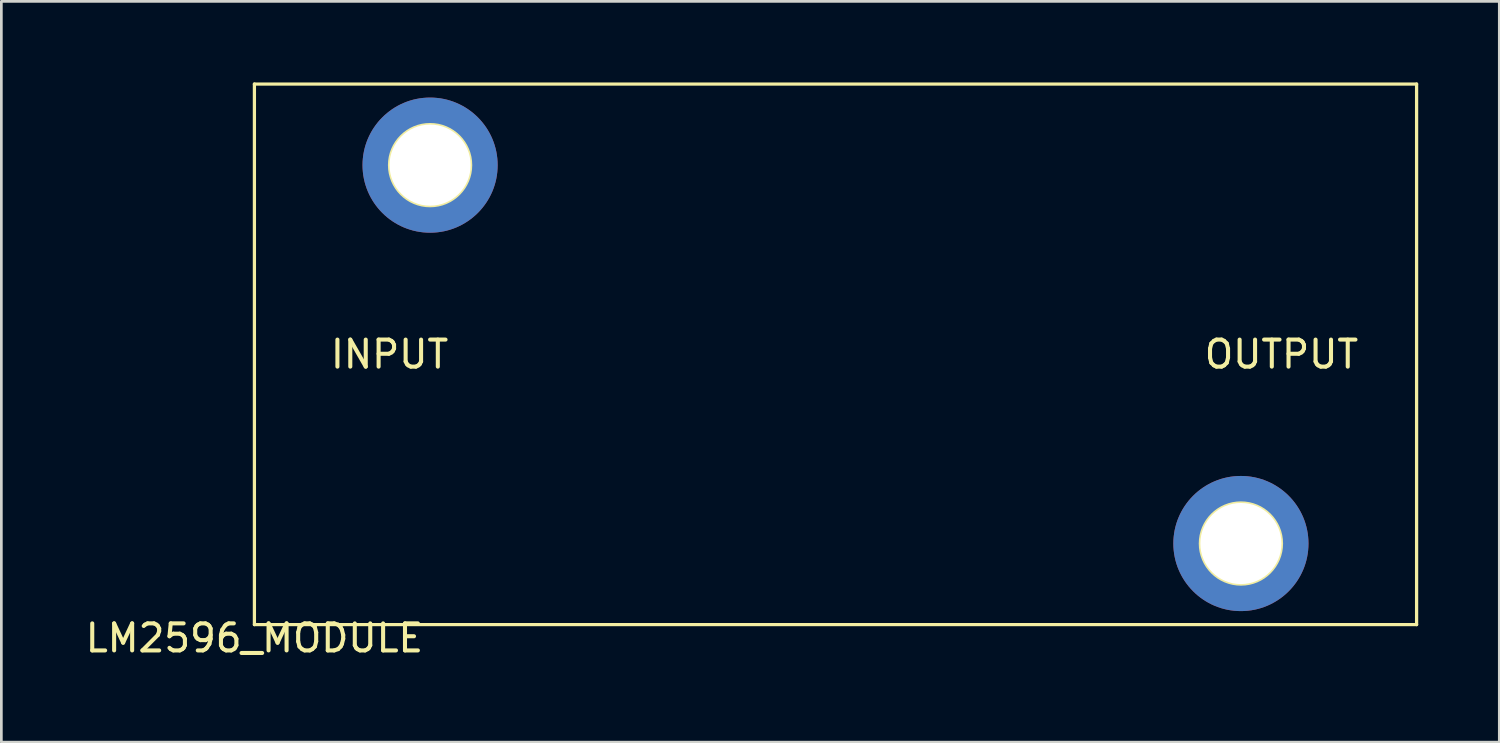
<source format=kicad_pcb>
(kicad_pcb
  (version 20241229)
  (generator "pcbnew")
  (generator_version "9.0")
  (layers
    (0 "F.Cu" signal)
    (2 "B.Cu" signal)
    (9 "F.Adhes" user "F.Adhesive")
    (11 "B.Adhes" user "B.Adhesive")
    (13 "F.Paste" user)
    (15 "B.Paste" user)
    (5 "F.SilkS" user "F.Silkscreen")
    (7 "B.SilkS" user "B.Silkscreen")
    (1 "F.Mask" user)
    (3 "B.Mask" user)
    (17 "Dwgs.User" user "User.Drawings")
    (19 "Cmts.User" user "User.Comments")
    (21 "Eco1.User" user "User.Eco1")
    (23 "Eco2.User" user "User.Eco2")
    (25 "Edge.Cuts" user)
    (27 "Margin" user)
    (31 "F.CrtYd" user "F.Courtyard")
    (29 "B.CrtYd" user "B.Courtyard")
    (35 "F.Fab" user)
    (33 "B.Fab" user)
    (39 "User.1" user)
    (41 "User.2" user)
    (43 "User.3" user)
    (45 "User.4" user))
  (footprint "LM2596_MODULE"
    (layer "F.Cu")
    (at 6.363 20.06)
    (property "Reference" "LM2596_MODULE" (at 0 0.5 0) (layer "F.SilkS") (effects (font (size 1 1) (thickness 0.15))))
    (attr through_hole)
    (fp_line (start 0 -20) (end 0 0) (stroke (width 0.12) (type solid)) (layer "F.SilkS"))
    (fp_line (start 0 0) (end 43 0) (stroke (width 0.12) (type solid)) (layer "F.SilkS"))
    (fp_line (start 43 -20) (end 0 -20) (stroke (width 0.12) (type solid)) (layer "F.SilkS"))
    (fp_line (start 43 0) (end 43 -20) (stroke (width 0.12) (type solid)) (layer "F.SilkS"))
    (fp_circle (center 6.5 -17) (end 8 -17) (stroke (width 0.12) (type solid)) (fill no) (layer "F.SilkS"))
    (fp_circle (center 36.5 -3) (end 38 -3) (stroke (width 0.12) (type solid)) (fill no) (layer "F.SilkS"))
    (fp_text user "INPUT" (at 5 -10 0) (layer "F.SilkS") (effects (font (size 1 1) (thickness 0.15))))
    (fp_text user "OUTPUT" (at 38 -10 0) (layer "F.SilkS") (effects (font (size 1 1) (thickness 0.15))))
    (pad "~" thru_hole circle (at 6.5 -17) (size 5 5) (drill 3) (layers "*.Cu" "*.Mask"))
    (pad "~" thru_hole circle (at 36.5 -3) (size 5 5) (drill 3) (layers "*.Cu" "*.Mask")))
  (gr_rect
    (start -3 -3)
    (end 52.423 24.408)
    (stroke (width 0.1) (type default))
    (fill no)
    (layer "Edge.Cuts")))
</source>
